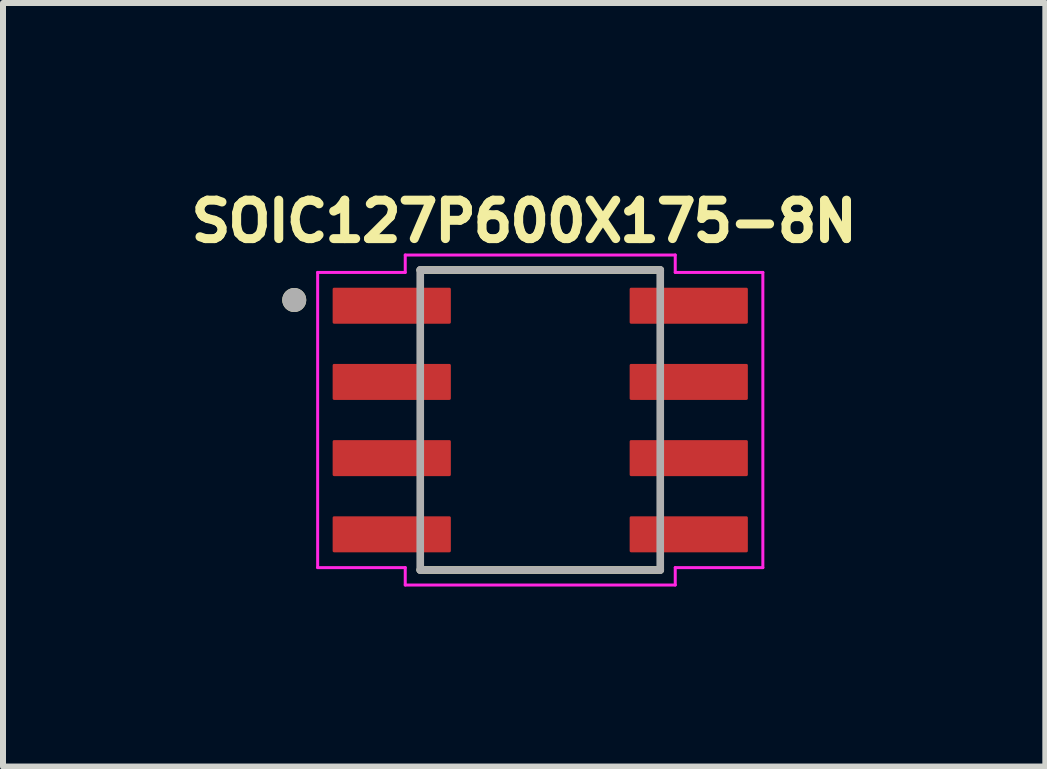
<source format=kicad_pcb>
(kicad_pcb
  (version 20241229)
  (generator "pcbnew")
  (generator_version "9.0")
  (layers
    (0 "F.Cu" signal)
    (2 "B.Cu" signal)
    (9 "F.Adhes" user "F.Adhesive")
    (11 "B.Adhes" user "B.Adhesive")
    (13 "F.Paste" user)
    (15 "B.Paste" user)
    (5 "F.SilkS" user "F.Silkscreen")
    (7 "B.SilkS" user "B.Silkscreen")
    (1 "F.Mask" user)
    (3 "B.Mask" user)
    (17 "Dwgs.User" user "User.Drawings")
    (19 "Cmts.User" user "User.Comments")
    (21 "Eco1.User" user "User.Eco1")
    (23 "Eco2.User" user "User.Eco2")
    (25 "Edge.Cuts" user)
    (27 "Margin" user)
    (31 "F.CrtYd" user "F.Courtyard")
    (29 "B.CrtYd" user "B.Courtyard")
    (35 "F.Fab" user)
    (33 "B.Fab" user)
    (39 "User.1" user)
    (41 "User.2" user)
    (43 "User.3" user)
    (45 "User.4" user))
  (footprint "SOIC127P600X175-8N"
    (layer "F.Cu")
    (at 5.954 3.95)
    (property "Reference" "SOIC127P600X175-8N" (at -0.268 -3.312 0) (layer "F.SilkS") (effects (font (size 0.641 0.641) (thickness 0.15))))
    (attr smd)
    (fp_line (start -2 -2.5) (end 2 -2.5) (stroke (width 0.127) (type solid)) (layer "F.SilkS"))
    (fp_line (start -2 2.5) (end 2 2.5) (stroke (width 0.127) (type solid)) (layer "F.SilkS"))
    (fp_circle (center -4.1 -2) (end -4 -2) (stroke (width 0.2) (type solid)) (fill no) (layer "F.SilkS"))
    (fp_line (start -3.71 -2.46) (end -2.25 -2.46) (stroke (width 0.05) (type solid)) (layer "F.CrtYd"))
    (fp_line (start -3.71 2.46) (end -3.71 -2.46) (stroke (width 0.05) (type solid)) (layer "F.CrtYd"))
    (fp_line (start -2.25 -2.75) (end 2.25 -2.75) (stroke (width 0.05) (type solid)) (layer "F.CrtYd"))
    (fp_line (start -2.25 -2.46) (end -2.25 -2.75) (stroke (width 0.05) (type solid)) (layer "F.CrtYd"))
    (fp_line (start -2.25 2.46) (end -3.71 2.46) (stroke (width 0.05) (type solid)) (layer "F.CrtYd"))
    (fp_line (start -2.25 2.75) (end -2.25 2.46) (stroke (width 0.05) (type solid)) (layer "F.CrtYd"))
    (fp_line (start 2.25 -2.75) (end 2.25 -2.46) (stroke (width 0.05) (type solid)) (layer "F.CrtYd"))
    (fp_line (start 2.25 -2.46) (end 3.71 -2.46) (stroke (width 0.05) (type solid)) (layer "F.CrtYd"))
    (fp_line (start 2.25 2.46) (end 2.25 2.75) (stroke (width 0.05) (type solid)) (layer "F.CrtYd"))
    (fp_line (start 2.25 2.75) (end -2.25 2.75) (stroke (width 0.05) (type solid)) (layer "F.CrtYd"))
    (fp_line (start 3.71 2.46) (end 2.25 2.46) (stroke (width 0.05) (type solid)) (layer "F.CrtYd"))
    (fp_line (start 3.71 2.46) (end 3.71 -2.46) (stroke (width 0.05) (type solid)) (layer "F.CrtYd"))
    (fp_line (start -2 -2.5) (end 2 -2.5) (stroke (width 0.127) (type solid)) (layer "F.Fab"))
    (fp_line (start -2 2.5) (end -2 -2.5) (stroke (width 0.127) (type solid)) (layer "F.Fab"))
    (fp_line (start 2 -2.5) (end 2 2.5) (stroke (width 0.127) (type solid)) (layer "F.Fab"))
    (fp_line (start 2 2.5) (end -2 2.5) (stroke (width 0.127) (type solid)) (layer "F.Fab"))
    (fp_circle (center -4.1 -2) (end -4 -2) (stroke (width 0.2) (type solid)) (fill no) (layer "F.Fab"))
    (pad "1" smd roundrect (at -2.475 -1.905) (size 1.97 0.6) (layers "F.Cu" "F.Mask" "F.Paste") (roundrect_rratio 0.04))
    (pad "2" smd roundrect (at -2.475 -0.635) (size 1.97 0.6) (layers "F.Cu" "F.Mask" "F.Paste") (roundrect_rratio 0.04))
    (pad "3" smd roundrect (at -2.475 0.635) (size 1.97 0.6) (layers "F.Cu" "F.Mask" "F.Paste") (roundrect_rratio 0.04))
    (pad "4" smd roundrect (at -2.475 1.905) (size 1.97 0.6) (layers "F.Cu" "F.Mask" "F.Paste") (roundrect_rratio 0.04))
    (pad "5" smd roundrect (at 2.475 1.905 180) (size 1.97 0.6) (layers "F.Cu" "F.Mask" "F.Paste") (roundrect_rratio 0.04))
    (pad "6" smd roundrect (at 2.475 0.635 180) (size 1.97 0.6) (layers "F.Cu" "F.Mask" "F.Paste") (roundrect_rratio 0.04))
    (pad "7" smd roundrect (at 2.475 -0.635 180) (size 1.97 0.6) (layers "F.Cu" "F.Mask" "F.Paste") (roundrect_rratio 0.04))
    (pad "8" smd roundrect (at 2.475 -1.905 180) (size 1.97 0.6) (layers "F.Cu" "F.Mask" "F.Paste") (roundrect_rratio 0.04)))
  (gr_rect
    (start -3 -3)
    (end 14.372 9.725)
    (stroke (width 0.1) (type default))
    (fill no)
    (layer "Edge.Cuts")))
</source>
